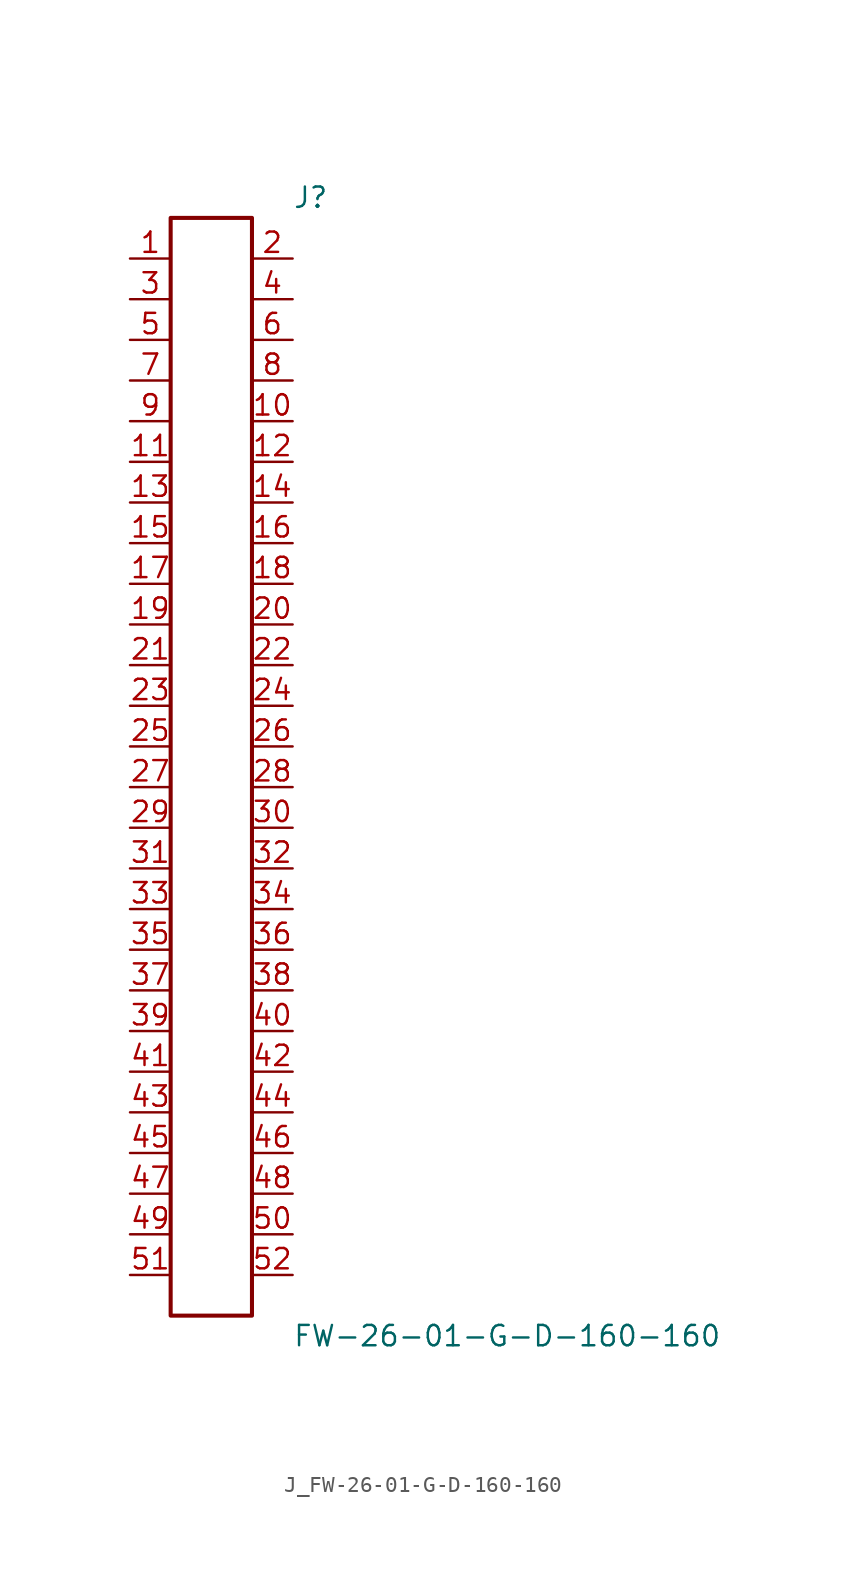
<source format=kicad_sym>
(kicad_symbol_lib
  (version 20231120)
  (generator kicad_symbol_editor)
  (generator_version 8.0)
  (symbol "J_FW-26-01-G-D-160-160"
    (pin_names
      (offset 0.254))
    (property "Reference" "J"
      (at 5.08 35.56 0)
      (effects (font (size 1.27 1.27)) (justify left)))
    (property "Value" "FW-26-01-G-D-160-160"
      (at 5.08 -35.56 0)
      (effects (font (size 1.27 1.27)) (justify left)))
    (symbol "J_FW-26-01-G-D-160-160_0_0"
      (pin unspecified line (at -5.08 31.75 0) (length 2.54) (name "" (effects (font (size 1.27 1.27)))) (number "1" (effects (font (size 1.27 1.27)))))
      (pin unspecified line (at 5.08 31.75 180) (length 2.54) (name "" (effects (font (size 1.27 1.27)))) (number "2" (effects (font (size 1.27 1.27)))))
      (pin unspecified line (at -5.08 29.21 0) (length 2.54) (name "" (effects (font (size 1.27 1.27)))) (number "3" (effects (font (size 1.27 1.27)))))
      (pin unspecified line (at 5.08 29.21 180) (length 2.54) (name "" (effects (font (size 1.27 1.27)))) (number "4" (effects (font (size 1.27 1.27)))))
      (pin unspecified line (at -5.08 26.67 0) (length 2.54) (name "" (effects (font (size 1.27 1.27)))) (number "5" (effects (font (size 1.27 1.27)))))
      (pin unspecified line (at 5.08 26.67 180) (length 2.54) (name "" (effects (font (size 1.27 1.27)))) (number "6" (effects (font (size 1.27 1.27)))))
      (pin unspecified line (at -5.08 24.13 0) (length 2.54) (name "" (effects (font (size 1.27 1.27)))) (number "7" (effects (font (size 1.27 1.27)))))
      (pin unspecified line (at 5.08 24.13 180) (length 2.54) (name "" (effects (font (size 1.27 1.27)))) (number "8" (effects (font (size 1.27 1.27)))))
      (pin unspecified line (at -5.08 21.59 0) (length 2.54) (name "" (effects (font (size 1.27 1.27)))) (number "9" (effects (font (size 1.27 1.27)))))
      (pin unspecified line (at 5.08 21.59 180) (length 2.54) (name "" (effects (font (size 1.27 1.27)))) (number "10" (effects (font (size 1.27 1.27)))))
      (pin unspecified line (at -5.08 19.05 0) (length 2.54) (name "" (effects (font (size 1.27 1.27)))) (number "11" (effects (font (size 1.27 1.27)))))
      (pin unspecified line (at 5.08 19.05 180) (length 2.54) (name "" (effects (font (size 1.27 1.27)))) (number "12" (effects (font (size 1.27 1.27)))))
      (pin unspecified line (at -5.08 16.51 0) (length 2.54) (name "" (effects (font (size 1.27 1.27)))) (number "13" (effects (font (size 1.27 1.27)))))
      (pin unspecified line (at 5.08 16.51 180) (length 2.54) (name "" (effects (font (size 1.27 1.27)))) (number "14" (effects (font (size 1.27 1.27)))))
      (pin unspecified line (at -5.08 13.97 0) (length 2.54) (name "" (effects (font (size 1.27 1.27)))) (number "15" (effects (font (size 1.27 1.27)))))
      (pin unspecified line (at 5.08 13.97 180) (length 2.54) (name "" (effects (font (size 1.27 1.27)))) (number "16" (effects (font (size 1.27 1.27)))))
      (pin unspecified line (at -5.08 11.43 0) (length 2.54) (name "" (effects (font (size 1.27 1.27)))) (number "17" (effects (font (size 1.27 1.27)))))
      (pin unspecified line (at 5.08 11.43 180) (length 2.54) (name "" (effects (font (size 1.27 1.27)))) (number "18" (effects (font (size 1.27 1.27)))))
      (pin unspecified line (at -5.08 8.89 0) (length 2.54) (name "" (effects (font (size 1.27 1.27)))) (number "19" (effects (font (size 1.27 1.27)))))
      (pin unspecified line (at 5.08 8.89 180) (length 2.54) (name "" (effects (font (size 1.27 1.27)))) (number "20" (effects (font (size 1.27 1.27)))))
      (pin unspecified line (at -5.08 6.35 0) (length 2.54) (name "" (effects (font (size 1.27 1.27)))) (number "21" (effects (font (size 1.27 1.27)))))
      (pin unspecified line (at 5.08 6.35 180) (length 2.54) (name "" (effects (font (size 1.27 1.27)))) (number "22" (effects (font (size 1.27 1.27)))))
      (pin unspecified line (at -5.08 3.81 0) (length 2.54) (name "" (effects (font (size 1.27 1.27)))) (number "23" (effects (font (size 1.27 1.27)))))
      (pin unspecified line (at 5.08 3.81 180) (length 2.54) (name "" (effects (font (size 1.27 1.27)))) (number "24" (effects (font (size 1.27 1.27)))))
      (pin unspecified line (at -5.08 1.27 0) (length 2.54) (name "" (effects (font (size 1.27 1.27)))) (number "25" (effects (font (size 1.27 1.27)))))
      (pin unspecified line (at 5.08 1.27 180) (length 2.54) (name "" (effects (font (size 1.27 1.27)))) (number "26" (effects (font (size 1.27 1.27)))))
      (pin unspecified line (at -5.08 -1.27 0) (length 2.54) (name "" (effects (font (size 1.27 1.27)))) (number "27" (effects (font (size 1.27 1.27)))))
      (pin unspecified line (at 5.08 -1.27 180) (length 2.54) (name "" (effects (font (size 1.27 1.27)))) (number "28" (effects (font (size 1.27 1.27)))))
      (pin unspecified line (at -5.08 -3.81 0) (length 2.54) (name "" (effects (font (size 1.27 1.27)))) (number "29" (effects (font (size 1.27 1.27)))))
      (pin unspecified line (at 5.08 -3.81 180) (length 2.54) (name "" (effects (font (size 1.27 1.27)))) (number "30" (effects (font (size 1.27 1.27)))))
      (pin unspecified line (at -5.08 -6.35 0) (length 2.54) (name "" (effects (font (size 1.27 1.27)))) (number "31" (effects (font (size 1.27 1.27)))))
      (pin unspecified line (at 5.08 -6.35 180) (length 2.54) (name "" (effects (font (size 1.27 1.27)))) (number "32" (effects (font (size 1.27 1.27)))))
      (pin unspecified line (at -5.08 -8.89 0) (length 2.54) (name "" (effects (font (size 1.27 1.27)))) (number "33" (effects (font (size 1.27 1.27)))))
      (pin unspecified line (at 5.08 -8.89 180) (length 2.54) (name "" (effects (font (size 1.27 1.27)))) (number "34" (effects (font (size 1.27 1.27)))))
      (pin unspecified line (at -5.08 -11.43 0) (length 2.54) (name "" (effects (font (size 1.27 1.27)))) (number "35" (effects (font (size 1.27 1.27)))))
      (pin unspecified line (at 5.08 -11.43 180) (length 2.54) (name "" (effects (font (size 1.27 1.27)))) (number "36" (effects (font (size 1.27 1.27)))))
      (pin unspecified line (at -5.08 -13.97 0) (length 2.54) (name "" (effects (font (size 1.27 1.27)))) (number "37" (effects (font (size 1.27 1.27)))))
      (pin unspecified line (at 5.08 -13.97 180) (length 2.54) (name "" (effects (font (size 1.27 1.27)))) (number "38" (effects (font (size 1.27 1.27)))))
      (pin unspecified line (at -5.08 -16.51 0) (length 2.54) (name "" (effects (font (size 1.27 1.27)))) (number "39" (effects (font (size 1.27 1.27)))))
      (pin unspecified line (at 5.08 -16.51 180) (length 2.54) (name "" (effects (font (size 1.27 1.27)))) (number "40" (effects (font (size 1.27 1.27)))))
      (pin unspecified line (at -5.08 -19.05 0) (length 2.54) (name "" (effects (font (size 1.27 1.27)))) (number "41" (effects (font (size 1.27 1.27)))))
      (pin unspecified line (at 5.08 -19.05 180) (length 2.54) (name "" (effects (font (size 1.27 1.27)))) (number "42" (effects (font (size 1.27 1.27)))))
      (pin unspecified line (at -5.08 -21.59 0) (length 2.54) (name "" (effects (font (size 1.27 1.27)))) (number "43" (effects (font (size 1.27 1.27)))))
      (pin unspecified line (at 5.08 -21.59 180) (length 2.54) (name "" (effects (font (size 1.27 1.27)))) (number "44" (effects (font (size 1.27 1.27)))))
      (pin unspecified line (at -5.08 -24.13 0) (length 2.54) (name "" (effects (font (size 1.27 1.27)))) (number "45" (effects (font (size 1.27 1.27)))))
      (pin unspecified line (at 5.08 -24.13 180) (length 2.54) (name "" (effects (font (size 1.27 1.27)))) (number "46" (effects (font (size 1.27 1.27)))))
      (pin unspecified line (at -5.08 -26.67 0) (length 2.54) (name "" (effects (font (size 1.27 1.27)))) (number "47" (effects (font (size 1.27 1.27)))))
      (pin unspecified line (at 5.08 -26.67 180) (length 2.54) (name "" (effects (font (size 1.27 1.27)))) (number "48" (effects (font (size 1.27 1.27)))))
      (pin unspecified line (at -5.08 -29.21 0) (length 2.54) (name "" (effects (font (size 1.27 1.27)))) (number "49" (effects (font (size 1.27 1.27)))))
      (pin unspecified line (at 5.08 -29.21 180) (length 2.54) (name "" (effects (font (size 1.27 1.27)))) (number "50" (effects (font (size 1.27 1.27)))))
      (pin unspecified line (at -5.08 -31.75 0) (length 2.54) (name "" (effects (font (size 1.27 1.27)))) (number "51" (effects (font (size 1.27 1.27)))))
      (pin unspecified line (at 5.08 -31.75 180) (length 2.54) (name "" (effects (font (size 1.27 1.27)))) (number "52" (effects (font (size 1.27 1.27))))))
    (symbol "J_FW-26-01-G-D-160-160_1_0"
      (rectangle (start -2.54 34.29) (end 2.54 -34.29) (stroke (width 0.254) (type solid)) (fill (type none))))))
</source>
